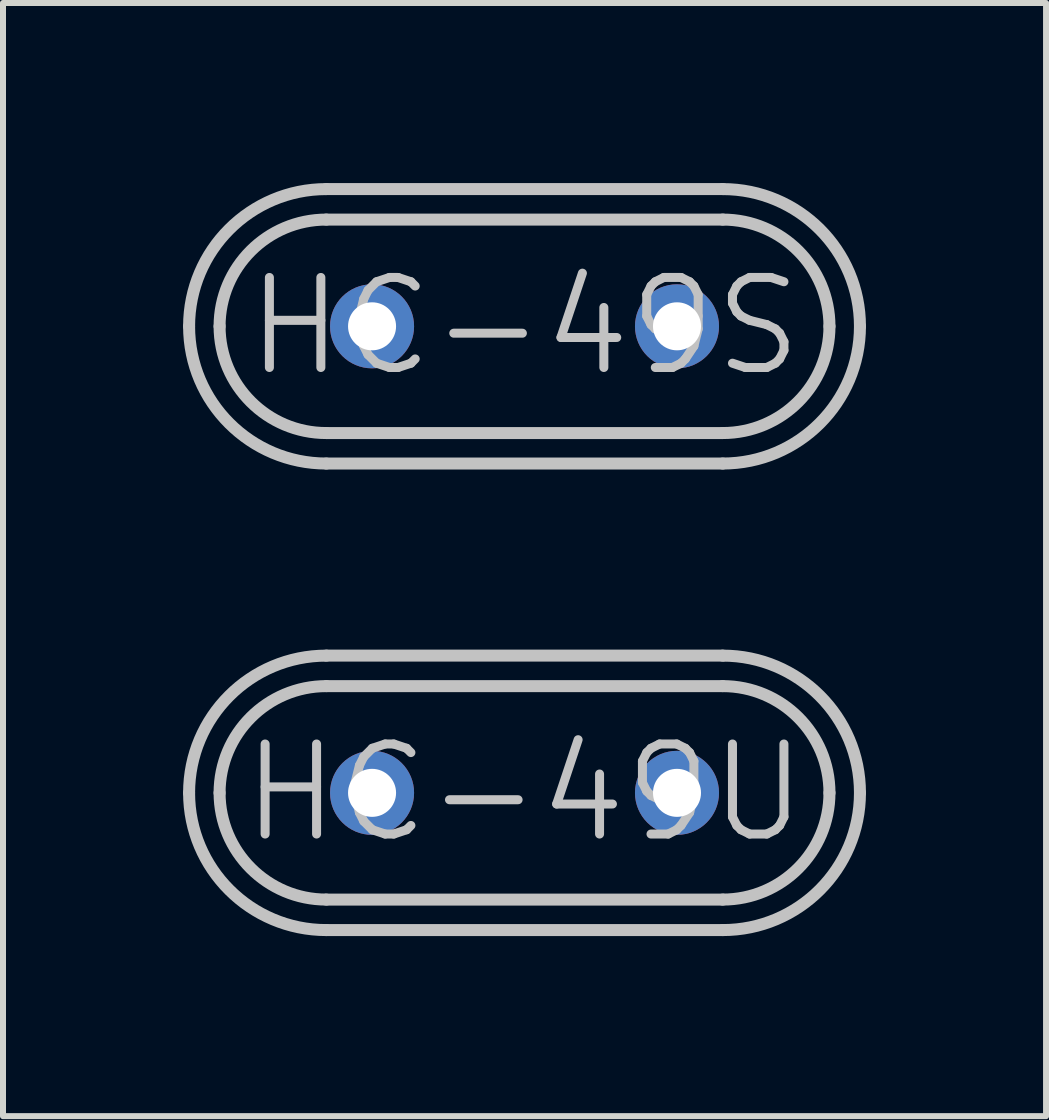
<source format=kicad_pcb>
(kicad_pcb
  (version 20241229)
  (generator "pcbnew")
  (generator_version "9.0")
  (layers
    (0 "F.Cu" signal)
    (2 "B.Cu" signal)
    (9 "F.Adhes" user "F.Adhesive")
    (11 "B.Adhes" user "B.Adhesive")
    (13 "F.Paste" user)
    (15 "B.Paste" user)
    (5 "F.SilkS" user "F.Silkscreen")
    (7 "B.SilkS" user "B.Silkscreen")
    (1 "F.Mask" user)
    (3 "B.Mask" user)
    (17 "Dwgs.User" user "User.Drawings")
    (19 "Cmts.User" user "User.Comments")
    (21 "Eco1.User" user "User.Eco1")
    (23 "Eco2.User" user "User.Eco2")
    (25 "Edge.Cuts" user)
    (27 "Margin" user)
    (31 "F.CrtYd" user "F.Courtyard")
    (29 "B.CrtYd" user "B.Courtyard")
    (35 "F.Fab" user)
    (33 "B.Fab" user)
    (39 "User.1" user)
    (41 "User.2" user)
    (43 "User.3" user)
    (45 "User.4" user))
  (footprint "HC-49U"
    (layer "F.Cu")
    (at 5.688 10.158)
    (property "Reference" "HC-49U" (at 0 0 0) (layer "Dwgs.User") (effects (font (size 1.5 1.5) (thickness 0.15))))
    (attr through_hole)
    (fp_line (start -3.302 -2.286) (end 3.302 -2.286) (stroke (width 0.2) (type solid)) (layer "Dwgs.User"))
    (fp_line (start -3.302 1.778) (end 3.302 1.778) (stroke (width 0.2) (type solid)) (layer "Dwgs.User"))
    (fp_line (start 3.302 -1.778) (end -3.302 -1.778) (stroke (width 0.2) (type solid)) (layer "Dwgs.User"))
    (fp_line (start 3.302 2.286) (end -3.302 2.286) (stroke (width 0.2) (type solid)) (layer "Dwgs.User"))
    (fp_arc (start -5.588 0) (mid -4.918446 -1.616446) (end -3.302 -2.286) (stroke (width 0.2) (type solid)) (layer "Dwgs.User"))
    (fp_arc (start -5.08 0) (mid -4.559236 -1.257236) (end -3.302 -1.778) (stroke (width 0.2) (type solid)) (layer "Dwgs.User"))
    (fp_arc (start -3.302 1.778) (mid -4.559236 1.257236) (end -5.08 0) (stroke (width 0.2) (type solid)) (layer "Dwgs.User"))
    (fp_arc (start -3.302 2.286) (mid -4.918446 1.616446) (end -5.588 0) (stroke (width 0.2) (type solid)) (layer "Dwgs.User"))
    (fp_arc (start 3.302 -2.286) (mid 4.918446 -1.616446) (end 5.588 0) (stroke (width 0.2) (type solid)) (layer "Dwgs.User"))
    (fp_arc (start 3.302 -1.778) (mid 4.559236 -1.257236) (end 5.08 0) (stroke (width 0.2) (type solid)) (layer "Dwgs.User"))
    (fp_arc (start 5.08 0) (mid 4.559236 1.257236) (end 3.302 1.778) (stroke (width 0.2) (type solid)) (layer "Dwgs.User"))
    (fp_arc (start 5.588 0) (mid 4.918446 1.616446) (end 3.302 2.286) (stroke (width 0.2) (type solid)) (layer "Dwgs.User"))
    (pad "1" thru_hole circle (at -2.54 0) (size 1.4 1.4) (drill 0.8) (layers "*.Cu" "*.Mask"))
    (pad "2" thru_hole circle (at 2.54 0) (size 1.4 1.4) (drill 0.8) (layers "*.Cu" "*.Mask")))
  (footprint "HC-49S"
    (layer "F.Cu")
    (at 5.688 2.386)
    (property "Reference" "HC-49S" (at 0 0 0) (layer "Dwgs.User") (effects (font (size 1.5 1.5) (thickness 0.15))))
    (attr through_hole)
    (fp_line (start -3.302 -2.286) (end 3.302 -2.286) (stroke (width 0.2) (type solid)) (layer "Dwgs.User"))
    (fp_line (start -3.302 1.778) (end 3.302 1.778) (stroke (width 0.2) (type solid)) (layer "Dwgs.User"))
    (fp_line (start 3.302 -1.778) (end -3.302 -1.778) (stroke (width 0.2) (type solid)) (layer "Dwgs.User"))
    (fp_line (start 3.302 2.286) (end -3.302 2.286) (stroke (width 0.2) (type solid)) (layer "Dwgs.User"))
    (fp_arc (start -5.588 0) (mid -4.918446 -1.616446) (end -3.302 -2.286) (stroke (width 0.2) (type solid)) (layer "Dwgs.User"))
    (fp_arc (start -5.08 0) (mid -4.559236 -1.257236) (end -3.302 -1.778) (stroke (width 0.2) (type solid)) (layer "Dwgs.User"))
    (fp_arc (start -3.302 1.778) (mid -4.559236 1.257236) (end -5.08 0) (stroke (width 0.2) (type solid)) (layer "Dwgs.User"))
    (fp_arc (start -3.302 2.286) (mid -4.918446 1.616446) (end -5.588 0) (stroke (width 0.2) (type solid)) (layer "Dwgs.User"))
    (fp_arc (start 3.302 -2.286) (mid 4.918446 -1.616446) (end 5.588 0) (stroke (width 0.2) (type solid)) (layer "Dwgs.User"))
    (fp_arc (start 3.302 -1.778) (mid 4.559236 -1.257236) (end 5.08 0) (stroke (width 0.2) (type solid)) (layer "Dwgs.User"))
    (fp_arc (start 5.08 0) (mid 4.559236 1.257236) (end 3.302 1.778) (stroke (width 0.2) (type solid)) (layer "Dwgs.User"))
    (fp_arc (start 5.588 0) (mid 4.918446 1.616446) (end 3.302 2.286) (stroke (width 0.2) (type solid)) (layer "Dwgs.User"))
    (pad "1" thru_hole circle (at -2.54 0) (size 1.4 1.4) (drill 0.8) (layers "*.Cu" "*.Mask"))
    (pad "2" thru_hole circle (at 2.54 0) (size 1.4 1.4) (drill 0.8) (layers "*.Cu" "*.Mask")))
  (gr_rect
    (start -3 -3)
    (end 14.376 15.544)
    (stroke (width 0.1) (type default))
    (fill no)
    (layer "Edge.Cuts")))
</source>
